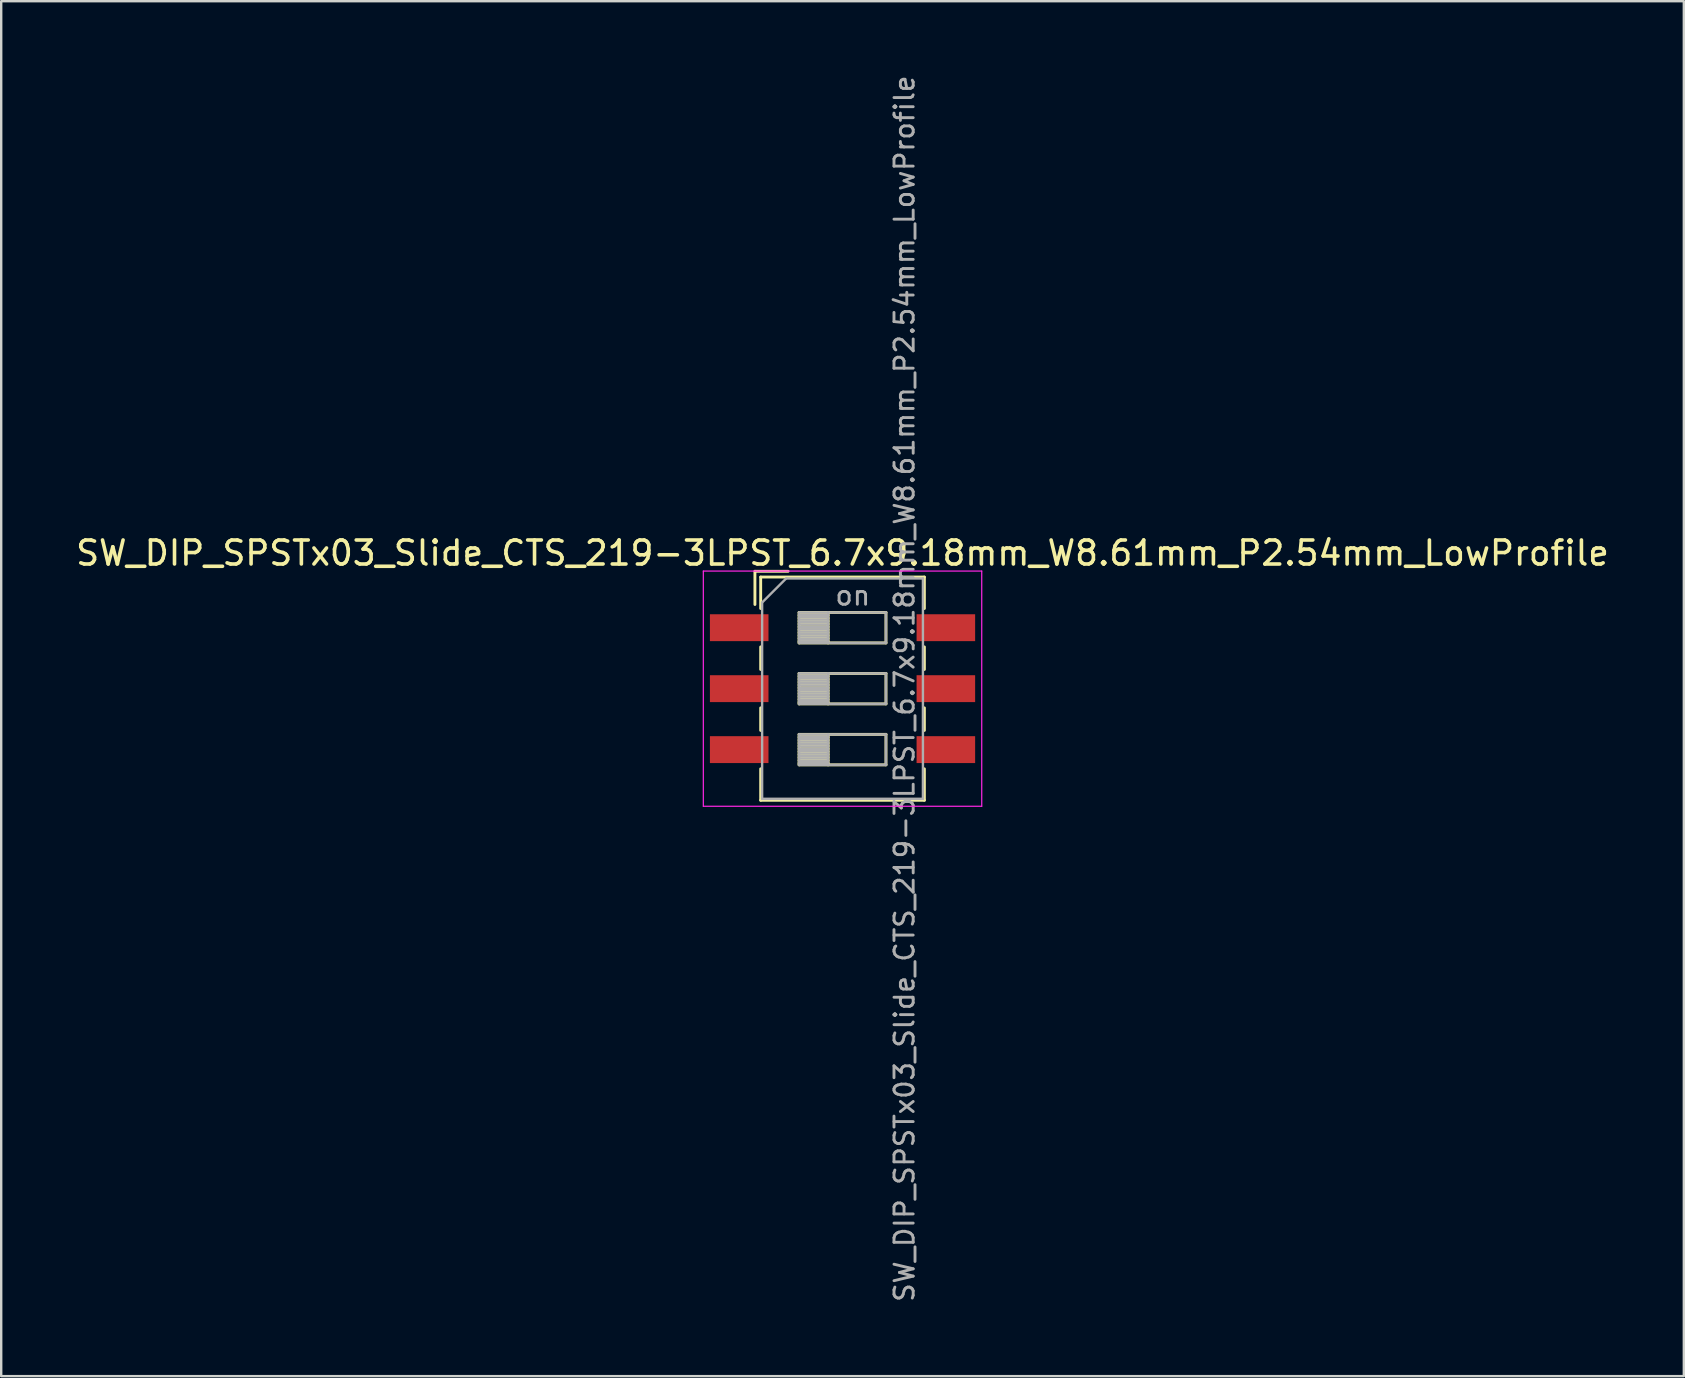
<source format=kicad_pcb>
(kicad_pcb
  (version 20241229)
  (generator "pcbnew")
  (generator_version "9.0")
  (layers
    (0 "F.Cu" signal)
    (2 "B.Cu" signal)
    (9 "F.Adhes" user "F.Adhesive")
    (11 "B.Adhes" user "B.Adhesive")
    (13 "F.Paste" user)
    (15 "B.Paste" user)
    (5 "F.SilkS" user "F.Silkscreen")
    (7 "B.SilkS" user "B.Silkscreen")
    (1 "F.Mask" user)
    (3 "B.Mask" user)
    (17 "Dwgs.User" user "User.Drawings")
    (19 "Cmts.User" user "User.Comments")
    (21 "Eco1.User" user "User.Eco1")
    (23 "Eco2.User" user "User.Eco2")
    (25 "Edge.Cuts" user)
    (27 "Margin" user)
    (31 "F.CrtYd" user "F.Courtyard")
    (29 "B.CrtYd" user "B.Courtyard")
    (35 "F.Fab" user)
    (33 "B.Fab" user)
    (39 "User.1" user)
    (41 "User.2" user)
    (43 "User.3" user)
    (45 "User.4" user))
  (footprint "SW_DIP_SPSTx03_Slide_CTS_219-3LPST_6.7x9.18mm_W8.61mm_P2.54mm_LowProfile"
    (layer "F.Cu")
    (at 32.054 25.643)
    (property "Reference" "SW_DIP_SPSTx03_Slide_CTS_219-3LPST_6.7x9.18mm_W8.61mm_P2.54mm_LowProfile" (at 0 -5.65 0) (layer "F.SilkS") (effects (font (size 1 1) (thickness 0.15))))
    (attr smd)
    (fp_line (start -3.65 -4.89) (end -3.65 -3.507) (stroke (width 0.12) (type solid)) (layer "F.SilkS"))
    (fp_line (start -3.65 -4.89) (end -2.267 -4.89) (stroke (width 0.12) (type solid)) (layer "F.SilkS"))
    (fp_line (start -3.41 -4.65) (end -3.41 -3.34) (stroke (width 0.12) (type solid)) (layer "F.SilkS"))
    (fp_line (start -3.41 -4.65) (end 3.41 -4.65) (stroke (width 0.12) (type solid)) (layer "F.SilkS"))
    (fp_line (start -3.41 -1.74) (end -3.41 -0.8) (stroke (width 0.12) (type solid)) (layer "F.SilkS"))
    (fp_line (start -3.41 0.8) (end -3.41 1.74) (stroke (width 0.12) (type solid)) (layer "F.SilkS"))
    (fp_line (start -3.41 3.34) (end -3.41 4.65) (stroke (width 0.12) (type solid)) (layer "F.SilkS"))
    (fp_line (start -3.41 4.65) (end 3.41 4.65) (stroke (width 0.12) (type solid)) (layer "F.SilkS"))
    (fp_line (start -1.81 -3.175) (end -1.81 -1.905) (stroke (width 0.12) (type solid)) (layer "F.SilkS"))
    (fp_line (start -1.81 -3.055) (end -0.603 -3.055) (stroke (width 0.12) (type solid)) (layer "F.SilkS"))
    (fp_line (start -1.81 -2.935) (end -0.603 -2.935) (stroke (width 0.12) (type solid)) (layer "F.SilkS"))
    (fp_line (start -1.81 -2.815) (end -0.603 -2.815) (stroke (width 0.12) (type solid)) (layer "F.SilkS"))
    (fp_line (start -1.81 -2.695) (end -0.603 -2.695) (stroke (width 0.12) (type solid)) (layer "F.SilkS"))
    (fp_line (start -1.81 -2.575) (end -0.603 -2.575) (stroke (width 0.12) (type solid)) (layer "F.SilkS"))
    (fp_line (start -1.81 -2.455) (end -0.603 -2.455) (stroke (width 0.12) (type solid)) (layer "F.SilkS"))
    (fp_line (start -1.81 -2.335) (end -0.603 -2.335) (stroke (width 0.12) (type solid)) (layer "F.SilkS"))
    (fp_line (start -1.81 -2.215) (end -0.603 -2.215) (stroke (width 0.12) (type solid)) (layer "F.SilkS"))
    (fp_line (start -1.81 -2.095) (end -0.603 -2.095) (stroke (width 0.12) (type solid)) (layer "F.SilkS"))
    (fp_line (start -1.81 -1.975) (end -0.603 -1.975) (stroke (width 0.12) (type solid)) (layer "F.SilkS"))
    (fp_line (start -1.81 -1.905) (end 1.81 -1.905) (stroke (width 0.12) (type solid)) (layer "F.SilkS"))
    (fp_line (start -1.81 -0.635) (end -1.81 0.635) (stroke (width 0.12) (type solid)) (layer "F.SilkS"))
    (fp_line (start -1.81 -0.515) (end -0.603 -0.515) (stroke (width 0.12) (type solid)) (layer "F.SilkS"))
    (fp_line (start -1.81 -0.395) (end -0.603 -0.395) (stroke (width 0.12) (type solid)) (layer "F.SilkS"))
    (fp_line (start -1.81 -0.275) (end -0.603 -0.275) (stroke (width 0.12) (type solid)) (layer "F.SilkS"))
    (fp_line (start -1.81 -0.155) (end -0.603 -0.155) (stroke (width 0.12) (type solid)) (layer "F.SilkS"))
    (fp_line (start -1.81 -0.035) (end -0.603 -0.035) (stroke (width 0.12) (type solid)) (layer "F.SilkS"))
    (fp_line (start -1.81 0.085) (end -0.603 0.085) (stroke (width 0.12) (type solid)) (layer "F.SilkS"))
    (fp_line (start -1.81 0.205) (end -0.603 0.205) (stroke (width 0.12) (type solid)) (layer "F.SilkS"))
    (fp_line (start -1.81 0.325) (end -0.603 0.325) (stroke (width 0.12) (type solid)) (layer "F.SilkS"))
    (fp_line (start -1.81 0.445) (end -0.603 0.445) (stroke (width 0.12) (type solid)) (layer "F.SilkS"))
    (fp_line (start -1.81 0.565) (end -0.603 0.565) (stroke (width 0.12) (type solid)) (layer "F.SilkS"))
    (fp_line (start -1.81 0.635) (end 1.81 0.635) (stroke (width 0.12) (type solid)) (layer "F.SilkS"))
    (fp_line (start -1.81 1.905) (end -1.81 3.175) (stroke (width 0.12) (type solid)) (layer "F.SilkS"))
    (fp_line (start -1.81 2.025) (end -0.603 2.025) (stroke (width 0.12) (type solid)) (layer "F.SilkS"))
    (fp_line (start -1.81 2.145) (end -0.603 2.145) (stroke (width 0.12) (type solid)) (layer "F.SilkS"))
    (fp_line (start -1.81 2.265) (end -0.603 2.265) (stroke (width 0.12) (type solid)) (layer "F.SilkS"))
    (fp_line (start -1.81 2.385) (end -0.603 2.385) (stroke (width 0.12) (type solid)) (layer "F.SilkS"))
    (fp_line (start -1.81 2.505) (end -0.603 2.505) (stroke (width 0.12) (type solid)) (layer "F.SilkS"))
    (fp_line (start -1.81 2.625) (end -0.603 2.625) (stroke (width 0.12) (type solid)) (layer "F.SilkS"))
    (fp_line (start -1.81 2.745) (end -0.603 2.745) (stroke (width 0.12) (type solid)) (layer "F.SilkS"))
    (fp_line (start -1.81 2.865) (end -0.603 2.865) (stroke (width 0.12) (type solid)) (layer "F.SilkS"))
    (fp_line (start -1.81 2.985) (end -0.603 2.985) (stroke (width 0.12) (type solid)) (layer "F.SilkS"))
    (fp_line (start -1.81 3.105) (end -0.603 3.105) (stroke (width 0.12) (type solid)) (layer "F.SilkS"))
    (fp_line (start -1.81 3.175) (end 1.81 3.175) (stroke (width 0.12) (type solid)) (layer "F.SilkS"))
    (fp_line (start -0.603 -3.175) (end -0.603 -1.905) (stroke (width 0.12) (type solid)) (layer "F.SilkS"))
    (fp_line (start -0.603 -0.635) (end -0.603 0.635) (stroke (width 0.12) (type solid)) (layer "F.SilkS"))
    (fp_line (start -0.603 1.905) (end -0.603 3.175) (stroke (width 0.12) (type solid)) (layer "F.SilkS"))
    (fp_line (start 1.81 -3.175) (end -1.81 -3.175) (stroke (width 0.12) (type solid)) (layer "F.SilkS"))
    (fp_line (start 1.81 -1.905) (end 1.81 -3.175) (stroke (width 0.12) (type solid)) (layer "F.SilkS"))
    (fp_line (start 1.81 -0.635) (end -1.81 -0.635) (stroke (width 0.12) (type solid)) (layer "F.SilkS"))
    (fp_line (start 1.81 0.635) (end 1.81 -0.635) (stroke (width 0.12) (type solid)) (layer "F.SilkS"))
    (fp_line (start 1.81 1.905) (end -1.81 1.905) (stroke (width 0.12) (type solid)) (layer "F.SilkS"))
    (fp_line (start 1.81 3.175) (end 1.81 1.905) (stroke (width 0.12) (type solid)) (layer "F.SilkS"))
    (fp_line (start 3.41 -4.65) (end 3.41 -3.34) (stroke (width 0.12) (type solid)) (layer "F.SilkS"))
    (fp_line (start 3.41 -1.74) (end 3.41 -0.8) (stroke (width 0.12) (type solid)) (layer "F.SilkS"))
    (fp_line (start 3.41 0.8) (end 3.41 1.74) (stroke (width 0.12) (type solid)) (layer "F.SilkS"))
    (fp_line (start 3.41 3.34) (end 3.41 4.65) (stroke (width 0.12) (type solid)) (layer "F.SilkS"))
    (fp_line (start -5.8 -4.9) (end -5.8 4.9) (stroke (width 0.05) (type solid)) (layer "F.CrtYd"))
    (fp_line (start -5.8 4.9) (end 5.8 4.9) (stroke (width 0.05) (type solid)) (layer "F.CrtYd"))
    (fp_line (start 5.8 -4.9) (end -5.8 -4.9) (stroke (width 0.05) (type solid)) (layer "F.CrtYd"))
    (fp_line (start 5.8 4.9) (end 5.8 -4.9) (stroke (width 0.05) (type solid)) (layer "F.CrtYd"))
    (fp_line (start -3.35 -3.59) (end -2.35 -4.59) (stroke (width 0.1) (type solid)) (layer "F.Fab"))
    (fp_line (start -3.35 4.59) (end -3.35 -3.59) (stroke (width 0.1) (type solid)) (layer "F.Fab"))
    (fp_line (start -2.35 -4.59) (end 3.35 -4.59) (stroke (width 0.1) (type solid)) (layer "F.Fab"))
    (fp_line (start -1.81 -3.175) (end -1.81 -1.905) (stroke (width 0.1) (type solid)) (layer "F.Fab"))
    (fp_line (start -1.81 -3.075) (end -0.603 -3.075) (stroke (width 0.1) (type solid)) (layer "F.Fab"))
    (fp_line (start -1.81 -2.975) (end -0.603 -2.975) (stroke (width 0.1) (type solid)) (layer "F.Fab"))
    (fp_line (start -1.81 -2.875) (end -0.603 -2.875) (stroke (width 0.1) (type solid)) (layer "F.Fab"))
    (fp_line (start -1.81 -2.775) (end -0.603 -2.775) (stroke (width 0.1) (type solid)) (layer "F.Fab"))
    (fp_line (start -1.81 -2.675) (end -0.603 -2.675) (stroke (width 0.1) (type solid)) (layer "F.Fab"))
    (fp_line (start -1.81 -2.575) (end -0.603 -2.575) (stroke (width 0.1) (type solid)) (layer "F.Fab"))
    (fp_line (start -1.81 -2.475) (end -0.603 -2.475) (stroke (width 0.1) (type solid)) (layer "F.Fab"))
    (fp_line (start -1.81 -2.375) (end -0.603 -2.375) (stroke (width 0.1) (type solid)) (layer "F.Fab"))
    (fp_line (start -1.81 -2.275) (end -0.603 -2.275) (stroke (width 0.1) (type solid)) (layer "F.Fab"))
    (fp_line (start -1.81 -2.175) (end -0.603 -2.175) (stroke (width 0.1) (type solid)) (layer "F.Fab"))
    (fp_line (start -1.81 -2.075) (end -0.603 -2.075) (stroke (width 0.1) (type solid)) (layer "F.Fab"))
    (fp_line (start -1.81 -1.975) (end -0.603 -1.975) (stroke (width 0.1) (type solid)) (layer "F.Fab"))
    (fp_line (start -1.81 -1.905) (end 1.81 -1.905) (stroke (width 0.1) (type solid)) (layer "F.Fab"))
    (fp_line (start -1.81 -0.635) (end -1.81 0.635) (stroke (width 0.1) (type solid)) (layer "F.Fab"))
    (fp_line (start -1.81 -0.535) (end -0.603 -0.535) (stroke (width 0.1) (type solid)) (layer "F.Fab"))
    (fp_line (start -1.81 -0.435) (end -0.603 -0.435) (stroke (width 0.1) (type solid)) (layer "F.Fab"))
    (fp_line (start -1.81 -0.335) (end -0.603 -0.335) (stroke (width 0.1) (type solid)) (layer "F.Fab"))
    (fp_line (start -1.81 -0.235) (end -0.603 -0.235) (stroke (width 0.1) (type solid)) (layer "F.Fab"))
    (fp_line (start -1.81 -0.135) (end -0.603 -0.135) (stroke (width 0.1) (type solid)) (layer "F.Fab"))
    (fp_line (start -1.81 -0.035) (end -0.603 -0.035) (stroke (width 0.1) (type solid)) (layer "F.Fab"))
    (fp_line (start -1.81 0.065) (end -0.603 0.065) (stroke (width 0.1) (type solid)) (layer "F.Fab"))
    (fp_line (start -1.81 0.165) (end -0.603 0.165) (stroke (width 0.1) (type solid)) (layer "F.Fab"))
    (fp_line (start -1.81 0.265) (end -0.603 0.265) (stroke (width 0.1) (type solid)) (layer "F.Fab"))
    (fp_line (start -1.81 0.365) (end -0.603 0.365) (stroke (width 0.1) (type solid)) (layer "F.Fab"))
    (fp_line (start -1.81 0.465) (end -0.603 0.465) (stroke (width 0.1) (type solid)) (layer "F.Fab"))
    (fp_line (start -1.81 0.565) (end -0.603 0.565) (stroke (width 0.1) (type solid)) (layer "F.Fab"))
    (fp_line (start -1.81 0.635) (end 1.81 0.635) (stroke (width 0.1) (type solid)) (layer "F.Fab"))
    (fp_line (start -1.81 1.905) (end -1.81 3.175) (stroke (width 0.1) (type solid)) (layer "F.Fab"))
    (fp_line (start -1.81 2.005) (end -0.603 2.005) (stroke (width 0.1) (type solid)) (layer "F.Fab"))
    (fp_line (start -1.81 2.105) (end -0.603 2.105) (stroke (width 0.1) (type solid)) (layer "F.Fab"))
    (fp_line (start -1.81 2.205) (end -0.603 2.205) (stroke (width 0.1) (type solid)) (layer "F.Fab"))
    (fp_line (start -1.81 2.305) (end -0.603 2.305) (stroke (width 0.1) (type solid)) (layer "F.Fab"))
    (fp_line (start -1.81 2.405) (end -0.603 2.405) (stroke (width 0.1) (type solid)) (layer "F.Fab"))
    (fp_line (start -1.81 2.505) (end -0.603 2.505) (stroke (width 0.1) (type solid)) (layer "F.Fab"))
    (fp_line (start -1.81 2.605) (end -0.603 2.605) (stroke (width 0.1) (type solid)) (layer "F.Fab"))
    (fp_line (start -1.81 2.705) (end -0.603 2.705) (stroke (width 0.1) (type solid)) (layer "F.Fab"))
    (fp_line (start -1.81 2.805) (end -0.603 2.805) (stroke (width 0.1) (type solid)) (layer "F.Fab"))
    (fp_line (start -1.81 2.905) (end -0.603 2.905) (stroke (width 0.1) (type solid)) (layer "F.Fab"))
    (fp_line (start -1.81 3.005) (end -0.603 3.005) (stroke (width 0.1) (type solid)) (layer "F.Fab"))
    (fp_line (start -1.81 3.105) (end -0.603 3.105) (stroke (width 0.1) (type solid)) (layer "F.Fab"))
    (fp_line (start -1.81 3.175) (end 1.81 3.175) (stroke (width 0.1) (type solid)) (layer "F.Fab"))
    (fp_line (start -0.603 -3.175) (end -0.603 -1.905) (stroke (width 0.1) (type solid)) (layer "F.Fab"))
    (fp_line (start -0.603 -0.635) (end -0.603 0.635) (stroke (width 0.1) (type solid)) (layer "F.Fab"))
    (fp_line (start -0.603 1.905) (end -0.603 3.175) (stroke (width 0.1) (type solid)) (layer "F.Fab"))
    (fp_line (start 1.81 -3.175) (end -1.81 -3.175) (stroke (width 0.1) (type solid)) (layer "F.Fab"))
    (fp_line (start 1.81 -1.905) (end 1.81 -3.175) (stroke (width 0.1) (type solid)) (layer "F.Fab"))
    (fp_line (start 1.81 -0.635) (end -1.81 -0.635) (stroke (width 0.1) (type solid)) (layer "F.Fab"))
    (fp_line (start 1.81 0.635) (end 1.81 -0.635) (stroke (width 0.1) (type solid)) (layer "F.Fab"))
    (fp_line (start 1.81 1.905) (end -1.81 1.905) (stroke (width 0.1) (type solid)) (layer "F.Fab"))
    (fp_line (start 1.81 3.175) (end 1.81 1.905) (stroke (width 0.1) (type solid)) (layer "F.Fab"))
    (fp_line (start 3.35 -4.59) (end 3.35 4.59) (stroke (width 0.1) (type solid)) (layer "F.Fab"))
    (fp_line (start 3.35 4.59) (end -3.35 4.59) (stroke (width 0.1) (type solid)) (layer "F.Fab"))
    (fp_text user "on" (at 0.427 -3.882 0) (layer "F.Fab") (effects (font (size 0.8 0.8) (thickness 0.12))))
    (fp_text user "${REFERENCE}" (at 2.58 0 90) (layer "F.Fab") (effects (font (size 0.8 0.8) (thickness 0.12))))
    (pad "1" smd rect (at -4.305 -2.54) (size 2.44 1.12) (layers "F.Cu" "F.Mask" "F.Paste"))
    (pad "2" smd rect (at -4.305 0) (size 2.44 1.12) (layers "F.Cu" "F.Mask" "F.Paste"))
    (pad "3" smd rect (at -4.305 2.54) (size 2.44 1.12) (layers "F.Cu" "F.Mask" "F.Paste"))
    (pad "4" smd rect (at 4.305 2.54) (size 2.44 1.12) (layers "F.Cu" "F.Mask" "F.Paste"))
    (pad "5" smd rect (at 4.305 0) (size 2.44 1.12) (layers "F.Cu" "F.Mask" "F.Paste"))
    (pad "6" smd rect (at 4.305 -2.54) (size 2.44 1.12) (layers "F.Cu" "F.Mask" "F.Paste")))
  (gr_rect
    (start -3 -3)
    (end 67.107 54.286)
    (stroke (width 0.1) (type default))
    (fill no)
    (layer "Edge.Cuts")))
</source>
